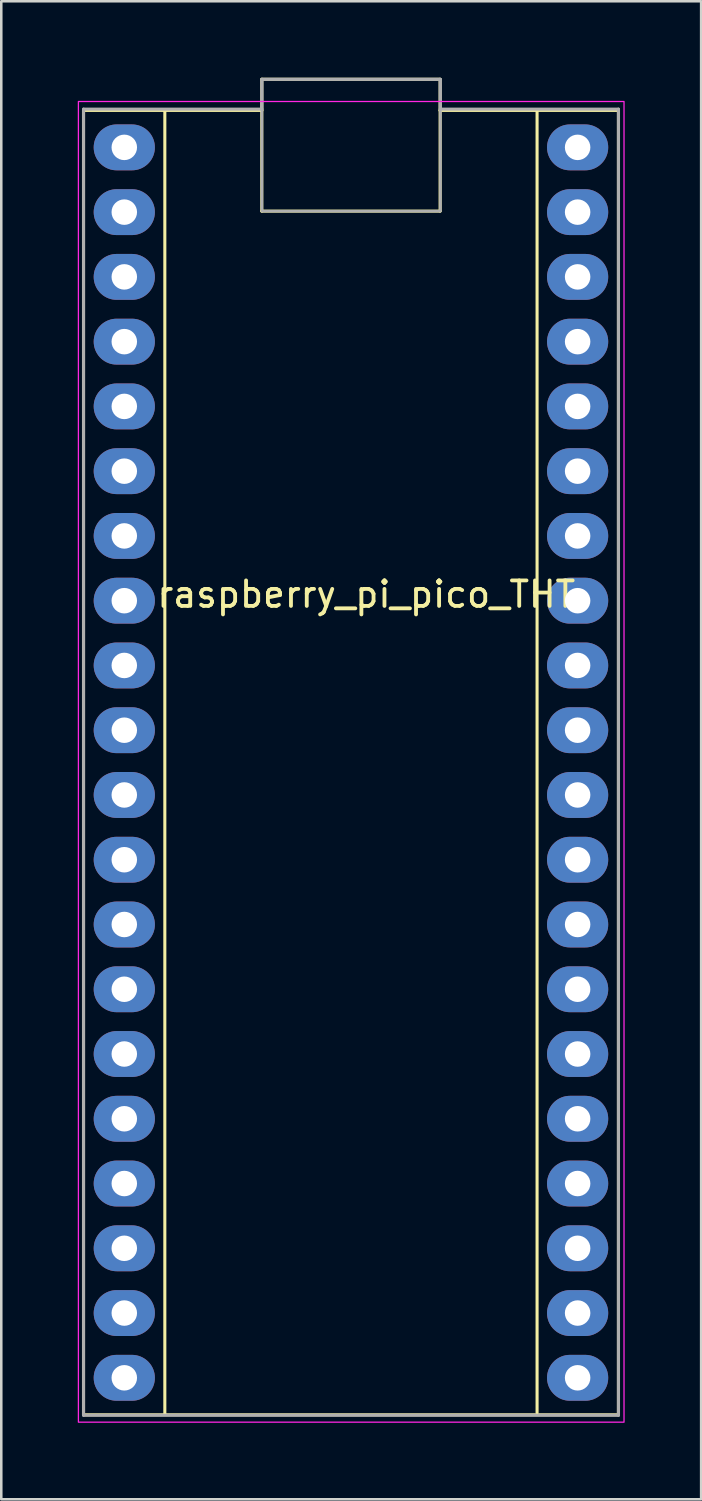
<source format=kicad_pcb>
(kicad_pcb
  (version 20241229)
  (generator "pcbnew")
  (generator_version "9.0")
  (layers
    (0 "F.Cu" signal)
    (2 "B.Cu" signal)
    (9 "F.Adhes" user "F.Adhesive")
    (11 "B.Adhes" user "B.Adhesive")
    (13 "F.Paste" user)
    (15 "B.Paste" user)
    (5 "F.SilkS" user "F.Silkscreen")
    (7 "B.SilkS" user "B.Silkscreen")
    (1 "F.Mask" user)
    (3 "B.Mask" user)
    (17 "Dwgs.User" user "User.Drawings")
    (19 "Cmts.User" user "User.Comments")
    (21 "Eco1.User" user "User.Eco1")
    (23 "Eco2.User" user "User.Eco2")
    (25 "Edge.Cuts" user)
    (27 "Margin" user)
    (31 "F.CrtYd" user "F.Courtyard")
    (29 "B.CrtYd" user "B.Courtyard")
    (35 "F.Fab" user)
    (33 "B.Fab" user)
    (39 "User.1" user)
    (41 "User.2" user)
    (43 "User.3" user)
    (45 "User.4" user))
  (footprint "raspberry_pi_pico_THT"
    (layer "F.Cu")
    (at 1.825 2.73)
    (property "Reference" "raspberry_pi_pico_THT" (at 9.49 17.53 180) (layer "F.SilkS") (effects (font (size 1 1) (thickness 0.15))))
    (attr through_hole)
    (fp_line (start -1.6 49.71) (end 19.38 49.71) (stroke (width 0.12) (type solid)) (layer "F.SilkS"))
    (fp_line (start -1.6 -1.45) (end -1.6 49.71) (stroke (width 0.12) (type solid)) (layer "F.SilkS"))
    (fp_line (start 1.59 -1.42) (end 1.59 49.68) (stroke (width 0.12) (type solid)) (layer "F.SilkS"))
    (fp_line (start 5.393 -2.67) (end 5.393 -1.45) (stroke (width 0.12) (type solid)) (layer "F.SilkS"))
    (fp_line (start 5.393 -1.45) (end -1.6 -1.45) (stroke (width 0.12) (type solid)) (layer "F.SilkS"))
    (fp_line (start 5.393 -1.45) (end 5.393 2.5) (stroke (width 0.12) (type solid)) (layer "F.SilkS"))
    (fp_line (start 5.393 2.5) (end 12.387 2.5) (stroke (width 0.12) (type solid)) (layer "F.SilkS"))
    (fp_line (start 12.387 -2.67) (end 5.393 -2.67) (stroke (width 0.12) (type solid)) (layer "F.SilkS"))
    (fp_line (start 12.387 -1.45) (end 12.387 -2.67) (stroke (width 0.12) (type solid)) (layer "F.SilkS"))
    (fp_line (start 12.387 2.5) (end 12.387 -1.45) (stroke (width 0.12) (type solid)) (layer "F.SilkS"))
    (fp_line (start 16.19 -1.42) (end 16.19 49.63) (stroke (width 0.12) (type solid)) (layer "F.SilkS"))
    (fp_line (start 19.38 49.71) (end 19.38 -1.45) (stroke (width 0.12) (type solid)) (layer "F.SilkS"))
    (fp_line (start 19.38 -1.45) (end 12.387 -1.45) (stroke (width 0.12) (type solid)) (layer "F.SilkS"))
    (fp_rect (start 19.6 50) (end -1.8 -1.8) (stroke (width 0.05) (type solid)) (fill no) (layer "F.CrtYd"))
    (fp_line (start -1.597 49.73) (end 19.383 49.73) (stroke (width 0.12) (type solid)) (layer "F.Fab"))
    (fp_line (start -1.597 -1.5) (end -1.597 49.73) (stroke (width 0.12) (type solid)) (layer "F.Fab"))
    (fp_line (start 5.397 -2.67) (end 5.397 -1.5) (stroke (width 0.12) (type solid)) (layer "F.Fab"))
    (fp_line (start 5.397 -1.5) (end -1.597 -1.5) (stroke (width 0.12) (type solid)) (layer "F.Fab"))
    (fp_line (start 12.39 -2.67) (end 5.397 -2.67) (stroke (width 0.12) (type solid)) (layer "F.Fab"))
    (fp_line (start 12.39 -1.5) (end 12.39 -2.67) (stroke (width 0.12) (type solid)) (layer "F.Fab"))
    (fp_line (start 19.383 49.73) (end 19.383 -1.5) (stroke (width 0.12) (type solid)) (layer "F.Fab"))
    (fp_line (start 19.383 -1.5) (end 12.39 -1.5) (stroke (width 0.12) (type solid)) (layer "F.Fab"))
    (fp_rect (start 5.397 -2.67) (end 12.4 2.5) (stroke (width 0.1) (type solid)) (fill no) (layer "F.Fab"))
    (pad "1" thru_hole oval (at 0 0 270) (size 1.8 2.4) (drill 1) (layers "*.Cu" "*.Mask"))
    (pad "2" thru_hole oval (at 0 2.54 270) (size 1.8 2.4) (drill 1) (layers "*.Cu" "*.Mask"))
    (pad "3" thru_hole oval (at 0 5.08 270) (size 1.8 2.4) (drill 1) (layers "*.Cu" "*.Mask"))
    (pad "4" thru_hole oval (at 0 7.62 270) (size 1.8 2.4) (drill 1) (layers "*.Cu" "*.Mask"))
    (pad "5" thru_hole oval (at 0 10.16 270) (size 1.8 2.4) (drill 1) (layers "*.Cu" "*.Mask"))
    (pad "6" thru_hole oval (at 0 12.7 270) (size 1.8 2.4) (drill 1) (layers "*.Cu" "*.Mask"))
    (pad "7" thru_hole oval (at 0 15.24 270) (size 1.8 2.4) (drill 1) (layers "*.Cu" "*.Mask"))
    (pad "8" thru_hole oval (at 0 17.78 270) (size 1.8 2.4) (drill 1) (layers "*.Cu" "*.Mask"))
    (pad "9" thru_hole oval (at 0 20.32 270) (size 1.8 2.4) (drill 1) (layers "*.Cu" "*.Mask"))
    (pad "10" thru_hole oval (at 0 22.86 270) (size 1.8 2.4) (drill 1) (layers "*.Cu" "*.Mask"))
    (pad "11" thru_hole oval (at 0 25.4 270) (size 1.8 2.4) (drill 1) (layers "*.Cu" "*.Mask"))
    (pad "12" thru_hole oval (at 0 27.94 270) (size 1.8 2.4) (drill 1) (layers "*.Cu" "*.Mask"))
    (pad "13" thru_hole oval (at 0 30.48 270) (size 1.8 2.4) (drill 1) (layers "*.Cu" "*.Mask"))
    (pad "14" thru_hole oval (at 0 33.02 270) (size 1.8 2.4) (drill 1) (layers "*.Cu" "*.Mask"))
    (pad "15" thru_hole oval (at 0 35.56 270) (size 1.8 2.4) (drill 1) (layers "*.Cu" "*.Mask"))
    (pad "16" thru_hole oval (at 0 38.1 270) (size 1.8 2.4) (drill 1) (layers "*.Cu" "*.Mask"))
    (pad "17" thru_hole oval (at 0 40.64 270) (size 1.8 2.4) (drill 1) (layers "*.Cu" "*.Mask"))
    (pad "18" thru_hole oval (at 0 43.18 270) (size 1.8 2.4) (drill 1) (layers "*.Cu" "*.Mask"))
    (pad "19" thru_hole oval (at 0 45.72 270) (size 1.8 2.4) (drill 1) (layers "*.Cu" "*.Mask"))
    (pad "20" thru_hole oval (at 0 48.26 270) (size 1.8 2.4) (drill 1) (layers "*.Cu" "*.Mask"))
    (pad "21" thru_hole oval (at 17.78 48.26 270) (size 1.8 2.4) (drill 1) (layers "*.Cu" "*.Mask"))
    (pad "22" thru_hole oval (at 17.78 45.72 270) (size 1.8 2.4) (drill 1) (layers "*.Cu" "*.Mask"))
    (pad "23" thru_hole oval (at 17.78 43.18 270) (size 1.8 2.4) (drill 1) (layers "*.Cu" "*.Mask"))
    (pad "24" thru_hole oval (at 17.78 40.64 270) (size 1.8 2.4) (drill 1) (layers "*.Cu" "*.Mask"))
    (pad "25" thru_hole oval (at 17.78 38.1 270) (size 1.8 2.4) (drill 1) (layers "*.Cu" "*.Mask"))
    (pad "26" thru_hole oval (at 17.78 35.56 270) (size 1.8 2.4) (drill 1) (layers "*.Cu" "*.Mask"))
    (pad "27" thru_hole oval (at 17.78 33.02 270) (size 1.8 2.4) (drill 1) (layers "*.Cu" "*.Mask"))
    (pad "28" thru_hole oval (at 17.78 30.48 270) (size 1.8 2.4) (drill 1) (layers "*.Cu" "*.Mask"))
    (pad "29" thru_hole oval (at 17.78 27.94 270) (size 1.8 2.4) (drill 1) (layers "*.Cu" "*.Mask"))
    (pad "30" thru_hole oval (at 17.78 25.4 270) (size 1.8 2.4) (drill 1) (layers "*.Cu" "*.Mask"))
    (pad "31" thru_hole oval (at 17.78 22.86 270) (size 1.8 2.4) (drill 1) (layers "*.Cu" "*.Mask"))
    (pad "32" thru_hole oval (at 17.78 20.32 270) (size 1.8 2.4) (drill 1) (layers "*.Cu" "*.Mask"))
    (pad "33" thru_hole oval (at 17.78 17.78 270) (size 1.8 2.4) (drill 1) (layers "*.Cu" "*.Mask"))
    (pad "34" thru_hole oval (at 17.78 15.24 270) (size 1.8 2.4) (drill 1) (layers "*.Cu" "*.Mask"))
    (pad "35" thru_hole oval (at 17.78 12.7 270) (size 1.8 2.4) (drill 1) (layers "*.Cu" "*.Mask"))
    (pad "36" thru_hole oval (at 17.78 10.16 270) (size 1.8 2.4) (drill 1) (layers "*.Cu" "*.Mask"))
    (pad "37" thru_hole oval (at 17.78 7.62 270) (size 1.8 2.4) (drill 1) (layers "*.Cu" "*.Mask"))
    (pad "38" thru_hole oval (at 17.78 5.08 270) (size 1.8 2.4) (drill 1) (layers "*.Cu" "*.Mask"))
    (pad "39" thru_hole oval (at 17.78 2.54 270) (size 1.8 2.4) (drill 1) (layers "*.Cu" "*.Mask"))
    (pad "40" thru_hole oval (at 17.78 0 270) (size 1.8 2.4) (drill 1) (layers "*.Cu" "*.Mask")))
  (gr_rect
    (start -3 -3)
    (end 24.45 55.755)
    (stroke (width 0.1) (type default))
    (fill no)
    (layer "Edge.Cuts")))
</source>
